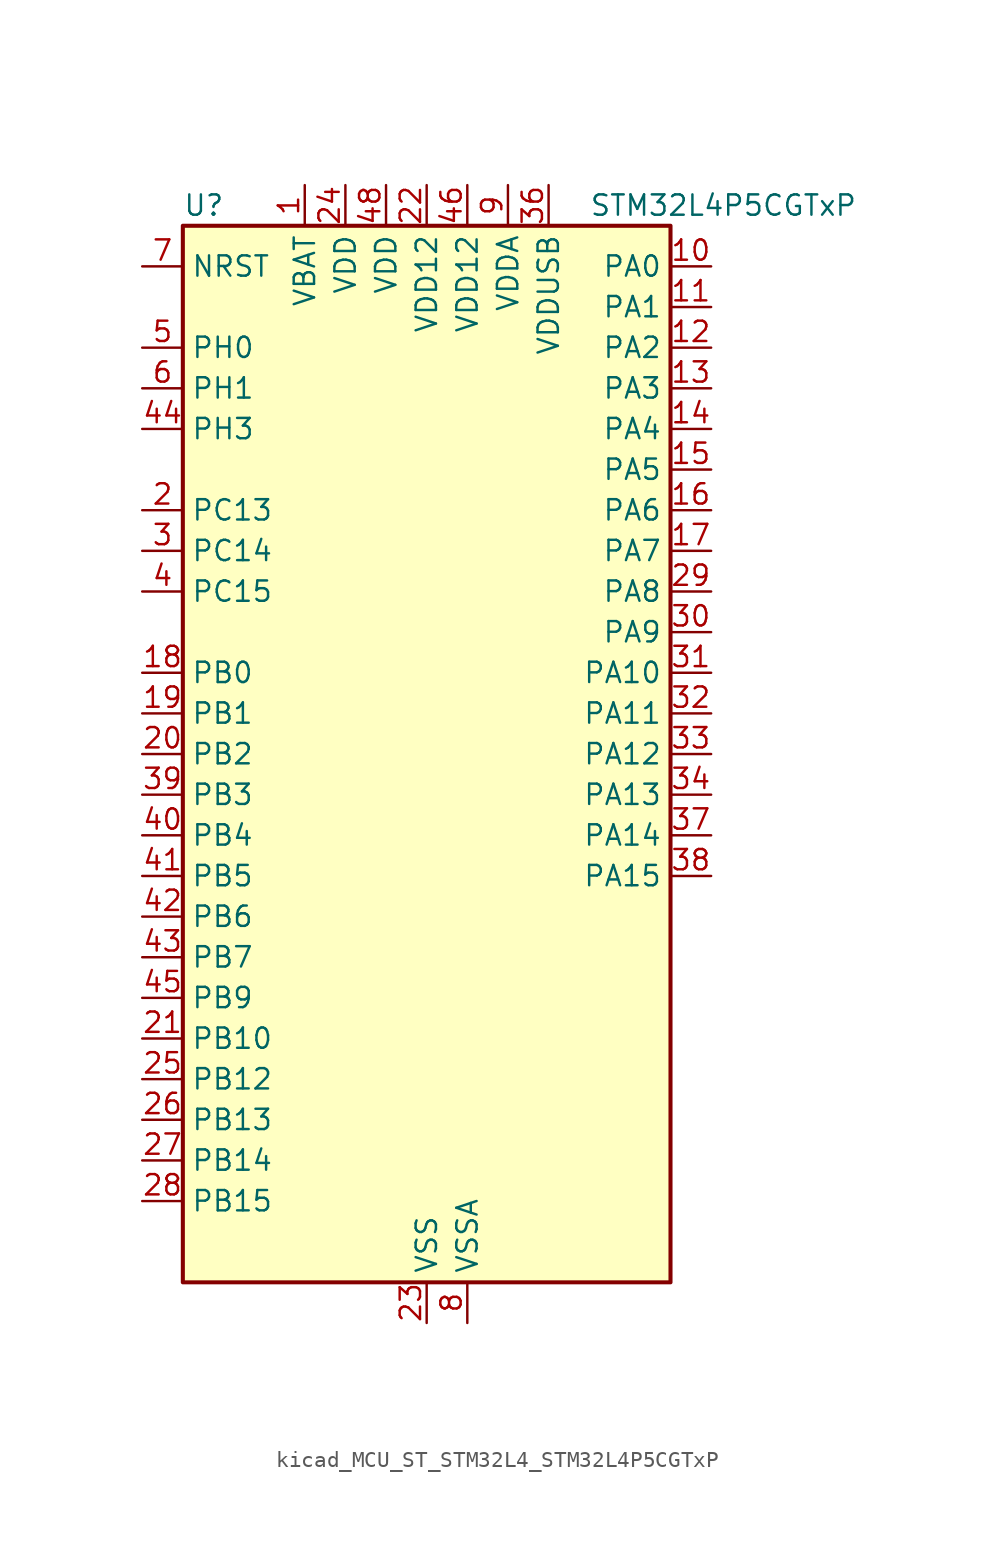
<source format=kicad_sym>
(kicad_symbol_lib
  (version 20220914)
  (generator kicad_symbol_editor)
  (symbol "kicad_MCU_ST_STM32L4_STM32L4P5CGTxP"
    (property "Reference" "U"
      (at -15.24 34.29 0)
      (effects (font (size 1.27 1.27)) (justify left)))
    (property "Value" "STM32L4P5CGTxP"
      (at 10.16 34.29 0)
      (effects (font (size 1.27 1.27)) (justify left)))
    (property "ki_locked" ""
      (at 0 0 0)
      (effects (font (size 1.27 1.27))))
    (symbol "kicad_MCU_ST_STM32L4_STM32L4P5CGTxP_0_1"
      (rectangle (start -15.24 -33.02) (end 15.24 33.02) (stroke (width 0.254) (type default)) (fill (type background))))
    (symbol "kicad_MCU_ST_STM32L4_STM32L4P5CGTxP_1_1"
      (pin power_in line (at -7.62 35.56 270) (length 2.54) (name "VBAT" (effects (font (size 1.27 1.27)))) (number "1" (effects (font (size 1.27 1.27)))))
      (pin bidirectional line (at 17.78 30.48 180) (length 2.54) (name "PA0" (effects (font (size 1.27 1.27)))) (number "10" (effects (font (size 1.27 1.27)))) (alternate "ADC1_IN5" bidirectional line) (alternate "ADC2_IN5" bidirectional line) (alternate "OPAMP1_VINP" bidirectional line) (alternate "RTC_TAMP2" bidirectional line) (alternate "SAI1_EXTCLK" bidirectional line) (alternate "SYS_WKUP1" bidirectional line) (alternate "TIM2_CH1" bidirectional line) (alternate "TIM2_ETR" bidirectional line) (alternate "TIM5_CH1" bidirectional line) (alternate "TIM8_ETR" bidirectional line) (alternate "UART4_TX" bidirectional line) (alternate "USART2_CTS" bidirectional line) (alternate "USART2_NSS" bidirectional line))
      (pin bidirectional line (at 17.78 27.94 180) (length 2.54) (name "PA1" (effects (font (size 1.27 1.27)))) (number "11" (effects (font (size 1.27 1.27)))) (alternate "ADC1_IN6" bidirectional line) (alternate "ADC2_IN6" bidirectional line) (alternate "I2C1_SMBA" bidirectional line) (alternate "OCTOSPIM_P1_DQS" bidirectional line) (alternate "OPAMP1_VINM" bidirectional line) (alternate "SDMMC2_CMD" bidirectional line) (alternate "SPI1_SCK" bidirectional line) (alternate "TIM15_CH1N" bidirectional line) (alternate "TIM2_CH2" bidirectional line) (alternate "TIM5_CH2" bidirectional line) (alternate "UART4_RX" bidirectional line) (alternate "USART2_DE" bidirectional line) (alternate "USART2_RTS" bidirectional line))
      (pin bidirectional line (at 17.78 25.4 180) (length 2.54) (name "PA2" (effects (font (size 1.27 1.27)))) (number "12" (effects (font (size 1.27 1.27)))) (alternate "ADC1_IN7" bidirectional line) (alternate "ADC2_IN7" bidirectional line) (alternate "LPUART1_TX" bidirectional line) (alternate "OCTOSPIM_P1_NCS" bidirectional line) (alternate "RCC_LSCO" bidirectional line) (alternate "SAI2_EXTCLK" bidirectional line) (alternate "SYS_WKUP4" bidirectional line) (alternate "TIM15_CH1" bidirectional line) (alternate "TIM2_CH3" bidirectional line) (alternate "TIM5_CH3" bidirectional line) (alternate "USART2_TX" bidirectional line))
      (pin bidirectional line (at 17.78 22.86 180) (length 2.54) (name "PA3" (effects (font (size 1.27 1.27)))) (number "13" (effects (font (size 1.27 1.27)))) (alternate "ADC1_IN8" bidirectional line) (alternate "ADC2_IN8" bidirectional line) (alternate "LPUART1_RX" bidirectional line) (alternate "OCTOSPIM_P1_CLK" bidirectional line) (alternate "OPAMP1_VOUT" bidirectional line) (alternate "SAI1_CK1" bidirectional line) (alternate "SAI1_MCLK_A" bidirectional line) (alternate "TIM15_CH2" bidirectional line) (alternate "TIM2_CH4" bidirectional line) (alternate "TIM5_CH4" bidirectional line) (alternate "USART2_RX" bidirectional line))
      (pin bidirectional line (at 17.78 20.32 180) (length 2.54) (name "PA4" (effects (font (size 1.27 1.27)))) (number "14" (effects (font (size 1.27 1.27)))) (alternate "ADC1_IN9" bidirectional line) (alternate "ADC2_IN9" bidirectional line) (alternate "DAC1_OUT1" bidirectional line) (alternate "LPTIM2_OUT" bidirectional line) (alternate "LTDC_CLK" bidirectional line) (alternate "OCTOSPIM_P1_NCS" bidirectional line) (alternate "SAI1_FS_B" bidirectional line) (alternate "SPI1_NSS" bidirectional line) (alternate "SPI3_NSS" bidirectional line) (alternate "USART2_CK" bidirectional line))
      (pin bidirectional line (at 17.78 17.78 180) (length 2.54) (name "PA5" (effects (font (size 1.27 1.27)))) (number "15" (effects (font (size 1.27 1.27)))) (alternate "ADC1_IN10" bidirectional line) (alternate "ADC2_IN10" bidirectional line) (alternate "DAC1_OUT2" bidirectional line) (alternate "LPTIM2_ETR" bidirectional line) (alternate "LTDC_R7" bidirectional line) (alternate "SPI1_SCK" bidirectional line) (alternate "TIM2_CH1" bidirectional line) (alternate "TIM2_ETR" bidirectional line) (alternate "TIM8_CH1N" bidirectional line))
      (pin bidirectional line (at 17.78 15.24 180) (length 2.54) (name "PA6" (effects (font (size 1.27 1.27)))) (number "16" (effects (font (size 1.27 1.27)))) (alternate "ADC1_IN11" bidirectional line) (alternate "ADC2_IN11" bidirectional line) (alternate "LPUART1_CTS" bidirectional line) (alternate "OCTOSPIM_P1_IO3" bidirectional line) (alternate "OPAMP2_VINP" bidirectional line) (alternate "SPI1_MISO" bidirectional line) (alternate "TIM16_CH1" bidirectional line) (alternate "TIM1_BKIN" bidirectional line) (alternate "TIM3_CH1" bidirectional line) (alternate "TIM8_BKIN" bidirectional line) (alternate "USART3_CTS" bidirectional line) (alternate "USART3_NSS" bidirectional line))
      (pin bidirectional line (at 17.78 12.7 180) (length 2.54) (name "PA7" (effects (font (size 1.27 1.27)))) (number "17" (effects (font (size 1.27 1.27)))) (alternate "ADC1_IN12" bidirectional line) (alternate "ADC2_IN12" bidirectional line) (alternate "I2C3_SCL" bidirectional line) (alternate "OCTOSPIM_P1_IO2" bidirectional line) (alternate "OPAMP2_VINM" bidirectional line) (alternate "SPI1_MOSI" bidirectional line) (alternate "TIM17_CH1" bidirectional line) (alternate "TIM1_CH1N" bidirectional line) (alternate "TIM3_CH2" bidirectional line) (alternate "TIM8_CH1N" bidirectional line))
      (pin bidirectional line (at -17.78 5.08 0) (length 2.54) (name "PB0" (effects (font (size 1.27 1.27)))) (number "18" (effects (font (size 1.27 1.27)))) (alternate "ADC1_IN15" bidirectional line) (alternate "ADC2_IN15" bidirectional line) (alternate "COMP1_OUT" bidirectional line) (alternate "LTDC_B6" bidirectional line) (alternate "OCTOSPIM_P1_IO1" bidirectional line) (alternate "OPAMP2_VOUT" bidirectional line) (alternate "SAI1_EXTCLK" bidirectional line) (alternate "SPI1_NSS" bidirectional line) (alternate "TIM1_CH2N" bidirectional line) (alternate "TIM3_CH3" bidirectional line) (alternate "TIM8_CH2N" bidirectional line) (alternate "USART3_CK" bidirectional line))
      (pin bidirectional line (at -17.78 2.54 0) (length 2.54) (name "PB1" (effects (font (size 1.27 1.27)))) (number "19" (effects (font (size 1.27 1.27)))) (alternate "ADC1_IN16" bidirectional line) (alternate "ADC2_IN16" bidirectional line) (alternate "COMP1_INM" bidirectional line) (alternate "DFSDM1_DATIN0" bidirectional line) (alternate "LPTIM2_IN1" bidirectional line) (alternate "LPUART1_DE" bidirectional line) (alternate "LPUART1_RTS" bidirectional line) (alternate "LTDC_G6" bidirectional line) (alternate "OCTOSPIM_P1_IO0" bidirectional line) (alternate "TIM1_CH3N" bidirectional line) (alternate "TIM3_CH4" bidirectional line) (alternate "TIM8_CH3N" bidirectional line) (alternate "USART3_DE" bidirectional line) (alternate "USART3_RTS" bidirectional line))
      (pin bidirectional line (at -17.78 15.24 0) (length 2.54) (name "PC13" (effects (font (size 1.27 1.27)))) (number "2" (effects (font (size 1.27 1.27)))) (alternate "RTC_OUT1" bidirectional line) (alternate "RTC_TAMP1" bidirectional line) (alternate "RTC_TS" bidirectional line) (alternate "SYS_WKUP2" bidirectional line))
      (pin bidirectional line (at -17.78 0 0) (length 2.54) (name "PB2" (effects (font (size 1.27 1.27)))) (number "20" (effects (font (size 1.27 1.27)))) (alternate "COMP1_INP" bidirectional line) (alternate "DFSDM1_CKIN0" bidirectional line) (alternate "I2C3_SMBA" bidirectional line) (alternate "LPTIM1_OUT" bidirectional line) (alternate "OCTOSPIM_P1_DQS" bidirectional line) (alternate "RTC_OUT2" bidirectional line))
      (pin bidirectional line (at -17.78 -17.78 0) (length 2.54) (name "PB10" (effects (font (size 1.27 1.27)))) (number "21" (effects (font (size 1.27 1.27)))) (alternate "COMP1_OUT" bidirectional line) (alternate "I2C2_SCL" bidirectional line) (alternate "I2C4_SCL" bidirectional line) (alternate "LPUART1_RX" bidirectional line) (alternate "OCTOSPIM_P1_CLK" bidirectional line) (alternate "OCTOSPIM_P1_IO3" bidirectional line) (alternate "SAI1_SCK_A" bidirectional line) (alternate "SPI2_SCK" bidirectional line) (alternate "TIM2_CH3" bidirectional line) (alternate "TSC_SYNC" bidirectional line) (alternate "USART3_TX" bidirectional line))
      (pin power_in line (at 0 35.56 270) (length 2.54) (name "VDD12" (effects (font (size 1.27 1.27)))) (number "22" (effects (font (size 1.27 1.27)))))
      (pin power_in line (at 0 -35.56 90) (length 2.54) (name "VSS" (effects (font (size 1.27 1.27)))) (number "23" (effects (font (size 1.27 1.27)))))
      (pin power_in line (at -5.08 35.56 270) (length 2.54) (name "VDD" (effects (font (size 1.27 1.27)))) (number "24" (effects (font (size 1.27 1.27)))))
      (pin bidirectional line (at -17.78 -20.32 0) (length 2.54) (name "PB12" (effects (font (size 1.27 1.27)))) (number "25" (effects (font (size 1.27 1.27)))) (alternate "DFSDM1_DATIN1" bidirectional line) (alternate "I2C2_SMBA" bidirectional line) (alternate "LPUART1_DE" bidirectional line) (alternate "LPUART1_RTS" bidirectional line) (alternate "OCTOSPIM_P1_NCLK" bidirectional line) (alternate "SAI2_FS_A" bidirectional line) (alternate "SDMMC2_CK" bidirectional line) (alternate "SPI2_NSS" bidirectional line) (alternate "TIM15_BKIN" bidirectional line) (alternate "TIM1_BKIN" bidirectional line) (alternate "TSC_G1_IO1" bidirectional line) (alternate "USART3_CK" bidirectional line))
      (pin bidirectional line (at -17.78 -22.86 0) (length 2.54) (name "PB13" (effects (font (size 1.27 1.27)))) (number "26" (effects (font (size 1.27 1.27)))) (alternate "DFSDM1_CKIN1" bidirectional line) (alternate "I2C2_SCL" bidirectional line) (alternate "LPUART1_CTS" bidirectional line) (alternate "OCTOSPIM_P1_IO1" bidirectional line) (alternate "SAI2_SCK_A" bidirectional line) (alternate "SPI2_SCK" bidirectional line) (alternate "TIM15_CH1N" bidirectional line) (alternate "TIM1_CH1N" bidirectional line) (alternate "TSC_G1_IO2" bidirectional line) (alternate "USART3_CTS" bidirectional line) (alternate "USART3_NSS" bidirectional line))
      (pin bidirectional line (at -17.78 -25.4 0) (length 2.54) (name "PB14" (effects (font (size 1.27 1.27)))) (number "27" (effects (font (size 1.27 1.27)))) (alternate "DFSDM1_DATIN2" bidirectional line) (alternate "I2C2_SDA" bidirectional line) (alternate "OCTOSPIM_P1_IO6" bidirectional line) (alternate "SAI2_MCLK_A" bidirectional line) (alternate "SDMMC2_D0" bidirectional line) (alternate "SPI2_MISO" bidirectional line) (alternate "TIM15_CH1" bidirectional line) (alternate "TIM1_CH2N" bidirectional line) (alternate "TIM8_CH2N" bidirectional line) (alternate "TSC_G1_IO3" bidirectional line) (alternate "USART3_DE" bidirectional line) (alternate "USART3_RTS" bidirectional line))
      (pin bidirectional line (at -17.78 -27.94 0) (length 2.54) (name "PB15" (effects (font (size 1.27 1.27)))) (number "28" (effects (font (size 1.27 1.27)))) (alternate "ADC1_EXTI15" bidirectional line) (alternate "ADC2_EXTI15" bidirectional line) (alternate "DFSDM1_CKIN2" bidirectional line) (alternate "OCTOSPIM_P1_IO7" bidirectional line) (alternate "RTC_REFIN" bidirectional line) (alternate "SAI2_SD_A" bidirectional line) (alternate "SDMMC2_D1" bidirectional line) (alternate "SPI2_MOSI" bidirectional line) (alternate "TIM15_CH2" bidirectional line) (alternate "TIM1_CH3N" bidirectional line) (alternate "TIM8_CH3N" bidirectional line) (alternate "TSC_G1_IO4" bidirectional line))
      (pin bidirectional line (at 17.78 10.16 180) (length 2.54) (name "PA8" (effects (font (size 1.27 1.27)))) (number "29" (effects (font (size 1.27 1.27)))) (alternate "LPTIM2_OUT" bidirectional line) (alternate "LTDC_B7" bidirectional line) (alternate "RCC_MCO" bidirectional line) (alternate "SAI1_CK2" bidirectional line) (alternate "SAI1_SCK_A" bidirectional line) (alternate "TIM1_CH1" bidirectional line) (alternate "USART1_CK" bidirectional line) (alternate "USB_OTG_FS_SOF" bidirectional line))
      (pin bidirectional line (at -17.78 12.7 0) (length 2.54) (name "PC14" (effects (font (size 1.27 1.27)))) (number "3" (effects (font (size 1.27 1.27)))) (alternate "RCC_OSC32_IN" bidirectional line))
      (pin bidirectional line (at 17.78 7.62 180) (length 2.54) (name "PA9" (effects (font (size 1.27 1.27)))) (number "30" (effects (font (size 1.27 1.27)))) (alternate "DAC1_EXTI9" bidirectional line) (alternate "LTDC_G7" bidirectional line) (alternate "SAI1_FS_A" bidirectional line) (alternate "SPI2_SCK" bidirectional line) (alternate "TIM15_BKIN" bidirectional line) (alternate "TIM1_CH2" bidirectional line) (alternate "USART1_TX" bidirectional line) (alternate "USB_OTG_FS_VBUS" bidirectional line))
      (pin bidirectional line (at 17.78 5.08 180) (length 2.54) (name "PA10" (effects (font (size 1.27 1.27)))) (number "31" (effects (font (size 1.27 1.27)))) (alternate "LTDC_G6" bidirectional line) (alternate "SAI1_D1" bidirectional line) (alternate "SAI1_SD_A" bidirectional line) (alternate "TIM17_BKIN" bidirectional line) (alternate "TIM1_CH3" bidirectional line) (alternate "USART1_RX" bidirectional line) (alternate "USB_OTG_FS_ID" bidirectional line))
      (pin bidirectional line (at 17.78 2.54 180) (length 2.54) (name "PA11" (effects (font (size 1.27 1.27)))) (number "32" (effects (font (size 1.27 1.27)))) (alternate "ADC1_EXTI11" bidirectional line) (alternate "ADC2_EXTI11" bidirectional line) (alternate "CAN1_RX" bidirectional line) (alternate "LTDC_DE" bidirectional line) (alternate "SPI1_MISO" bidirectional line) (alternate "TIM1_BKIN2" bidirectional line) (alternate "TIM1_CH4" bidirectional line) (alternate "USART1_CTS" bidirectional line) (alternate "USART1_NSS" bidirectional line) (alternate "USB_OTG_FS_DM" bidirectional line))
      (pin bidirectional line (at 17.78 0 180) (length 2.54) (name "PA12" (effects (font (size 1.27 1.27)))) (number "33" (effects (font (size 1.27 1.27)))) (alternate "CAN1_TX" bidirectional line) (alternate "LTDC_VSYNC" bidirectional line) (alternate "OCTOSPIM_P2_NCS" bidirectional line) (alternate "SPI1_MOSI" bidirectional line) (alternate "TIM1_ETR" bidirectional line) (alternate "USART1_DE" bidirectional line) (alternate "USART1_RTS" bidirectional line) (alternate "USB_OTG_FS_DP" bidirectional line))
      (pin bidirectional line (at 17.78 -2.54 180) (length 2.54) (name "PA13" (effects (font (size 1.27 1.27)))) (number "34" (effects (font (size 1.27 1.27)))) (alternate "IR_OUT" bidirectional line) (alternate "SAI1_SD_B" bidirectional line) (alternate "SYS_JTMS-SWDIO" bidirectional line) (alternate "USB_OTG_FS_NOE" bidirectional line))
      (pin passive line (at 0 -35.56 90) (length 2.54) hide (name "VSS" (effects (font (size 1.27 1.27)))) (number "35" (effects (font (size 1.27 1.27)))))
      (pin power_in line (at 7.62 35.56 270) (length 2.54) (name "VDDUSB" (effects (font (size 1.27 1.27)))) (number "36" (effects (font (size 1.27 1.27)))))
      (pin bidirectional line (at 17.78 -5.08 180) (length 2.54) (name "PA14" (effects (font (size 1.27 1.27)))) (number "37" (effects (font (size 1.27 1.27)))) (alternate "I2C1_SMBA" bidirectional line) (alternate "I2C4_SMBA" bidirectional line) (alternate "LPTIM1_OUT" bidirectional line) (alternate "SAI1_FS_B" bidirectional line) (alternate "SYS_JTCK-SWCLK" bidirectional line) (alternate "USB_OTG_FS_SOF" bidirectional line))
      (pin bidirectional line (at 17.78 -7.62 180) (length 2.54) (name "PA15" (effects (font (size 1.27 1.27)))) (number "38" (effects (font (size 1.27 1.27)))) (alternate "ADC1_EXTI15" bidirectional line) (alternate "ADC2_EXTI15" bidirectional line) (alternate "LTDC_HSYNC" bidirectional line) (alternate "SAI2_FS_B" bidirectional line) (alternate "SPI1_NSS" bidirectional line) (alternate "SPI3_NSS" bidirectional line) (alternate "SYS_JTDI" bidirectional line) (alternate "TIM2_CH1" bidirectional line) (alternate "TIM2_ETR" bidirectional line) (alternate "TSC_G3_IO1" bidirectional line) (alternate "UART4_DE" bidirectional line) (alternate "UART4_RTS" bidirectional line) (alternate "USART2_RX" bidirectional line) (alternate "USART3_DE" bidirectional line) (alternate "USART3_RTS" bidirectional line))
      (pin bidirectional line (at -17.78 -2.54 0) (length 2.54) (name "PB3" (effects (font (size 1.27 1.27)))) (number "39" (effects (font (size 1.27 1.27)))) (alternate "COMP2_INM" bidirectional line) (alternate "CRS_SYNC" bidirectional line) (alternate "OCTOSPIM_P1_IO4" bidirectional line) (alternate "SAI1_SCK_B" bidirectional line) (alternate "SDMMC2_D2" bidirectional line) (alternate "SPI1_SCK" bidirectional line) (alternate "SPI3_SCK" bidirectional line) (alternate "SYS_JTDO-SWO" bidirectional line) (alternate "TIM2_CH2" bidirectional line) (alternate "USART1_DE" bidirectional line) (alternate "USART1_RTS" bidirectional line))
      (pin bidirectional line (at -17.78 10.16 0) (length 2.54) (name "PC15" (effects (font (size 1.27 1.27)))) (number "4" (effects (font (size 1.27 1.27)))) (alternate "ADC1_EXTI15" bidirectional line) (alternate "ADC2_EXTI15" bidirectional line) (alternate "RCC_OSC32_OUT" bidirectional line))
      (pin bidirectional line (at -17.78 -5.08 0) (length 2.54) (name "PB4" (effects (font (size 1.27 1.27)))) (number "40" (effects (font (size 1.27 1.27)))) (alternate "COMP2_INP" bidirectional line) (alternate "I2C3_SDA" bidirectional line) (alternate "OCTOSPIM_P1_IO5" bidirectional line) (alternate "SAI1_MCLK_B" bidirectional line) (alternate "SDMMC2_D3" bidirectional line) (alternate "SPI1_MISO" bidirectional line) (alternate "SPI3_MISO" bidirectional line) (alternate "SYS_JTRST" bidirectional line) (alternate "TIM17_BKIN" bidirectional line) (alternate "TIM3_CH1" bidirectional line) (alternate "TSC_G2_IO1" bidirectional line) (alternate "USART1_CTS" bidirectional line) (alternate "USART1_NSS" bidirectional line))
      (pin bidirectional line (at -17.78 -7.62 0) (length 2.54) (name "PB5" (effects (font (size 1.27 1.27)))) (number "41" (effects (font (size 1.27 1.27)))) (alternate "COMP2_OUT" bidirectional line) (alternate "I2C1_SMBA" bidirectional line) (alternate "LPTIM1_IN1" bidirectional line) (alternate "OCTOSPIM_P1_IO0" bidirectional line) (alternate "SAI1_SD_B" bidirectional line) (alternate "SPI1_MOSI" bidirectional line) (alternate "SPI3_MOSI" bidirectional line) (alternate "TIM16_BKIN" bidirectional line) (alternate "TIM3_CH2" bidirectional line) (alternate "TSC_G2_IO2" bidirectional line) (alternate "USART1_CK" bidirectional line))
      (pin bidirectional line (at -17.78 -10.16 0) (length 2.54) (name "PB6" (effects (font (size 1.27 1.27)))) (number "42" (effects (font (size 1.27 1.27)))) (alternate "COMP2_INP" bidirectional line) (alternate "I2C1_SCL" bidirectional line) (alternate "I2C4_SCL" bidirectional line) (alternate "LPTIM1_ETR" bidirectional line) (alternate "LTDC_R6" bidirectional line) (alternate "SAI1_FS_B" bidirectional line) (alternate "TIM16_CH1N" bidirectional line) (alternate "TIM4_CH1" bidirectional line) (alternate "TIM8_BKIN2" bidirectional line) (alternate "TSC_G2_IO3" bidirectional line) (alternate "USART1_TX" bidirectional line))
      (pin bidirectional line (at -17.78 -12.7 0) (length 2.54) (name "PB7" (effects (font (size 1.27 1.27)))) (number "43" (effects (font (size 1.27 1.27)))) (alternate "COMP2_INM" bidirectional line) (alternate "I2C1_SDA" bidirectional line) (alternate "I2C4_SDA" bidirectional line) (alternate "LPTIM1_IN2" bidirectional line) (alternate "LTDC_VSYNC" bidirectional line) (alternate "SYS_PVD_IN" bidirectional line) (alternate "TIM17_CH1N" bidirectional line) (alternate "TIM4_CH2" bidirectional line) (alternate "TIM8_BKIN" bidirectional line) (alternate "TSC_G2_IO4" bidirectional line) (alternate "UART4_CTS" bidirectional line) (alternate "USART1_RX" bidirectional line))
      (pin bidirectional line (at -17.78 20.32 0) (length 2.54) (name "PH3" (effects (font (size 1.27 1.27)))) (number "44" (effects (font (size 1.27 1.27)))))
      (pin bidirectional line (at -17.78 -15.24 0) (length 2.54) (name "PB9" (effects (font (size 1.27 1.27)))) (number "45" (effects (font (size 1.27 1.27)))) (alternate "CAN1_TX" bidirectional line) (alternate "DAC1_EXTI9" bidirectional line) (alternate "I2C1_SDA" bidirectional line) (alternate "IR_OUT" bidirectional line) (alternate "SAI1_D2" bidirectional line) (alternate "SAI1_FS_A" bidirectional line) (alternate "SDMMC2_D5" bidirectional line) (alternate "SPI2_NSS" bidirectional line) (alternate "TIM17_CH1" bidirectional line) (alternate "TIM4_CH4" bidirectional line))
      (pin power_in line (at 2.54 35.56 270) (length 2.54) (name "VDD12" (effects (font (size 1.27 1.27)))) (number "46" (effects (font (size 1.27 1.27)))))
      (pin passive line (at 0 -35.56 90) (length 2.54) hide (name "VSS" (effects (font (size 1.27 1.27)))) (number "47" (effects (font (size 1.27 1.27)))))
      (pin power_in line (at -2.54 35.56 270) (length 2.54) (name "VDD" (effects (font (size 1.27 1.27)))) (number "48" (effects (font (size 1.27 1.27)))))
      (pin bidirectional line (at -17.78 25.4 0) (length 2.54) (name "PH0" (effects (font (size 1.27 1.27)))) (number "5" (effects (font (size 1.27 1.27)))) (alternate "RCC_OSC_IN" bidirectional line))
      (pin bidirectional line (at -17.78 22.86 0) (length 2.54) (name "PH1" (effects (font (size 1.27 1.27)))) (number "6" (effects (font (size 1.27 1.27)))) (alternate "RCC_OSC_OUT" bidirectional line))
      (pin input line (at -17.78 30.48 0) (length 2.54) (name "NRST" (effects (font (size 1.27 1.27)))) (number "7" (effects (font (size 1.27 1.27)))))
      (pin power_in line (at 2.54 -35.56 90) (length 2.54) (name "VSSA" (effects (font (size 1.27 1.27)))) (number "8" (effects (font (size 1.27 1.27)))))
      (pin power_in line (at 5.08 35.56 270) (length 2.54) (name "VDDA" (effects (font (size 1.27 1.27)))) (number "9" (effects (font (size 1.27 1.27))))))))
</source>
